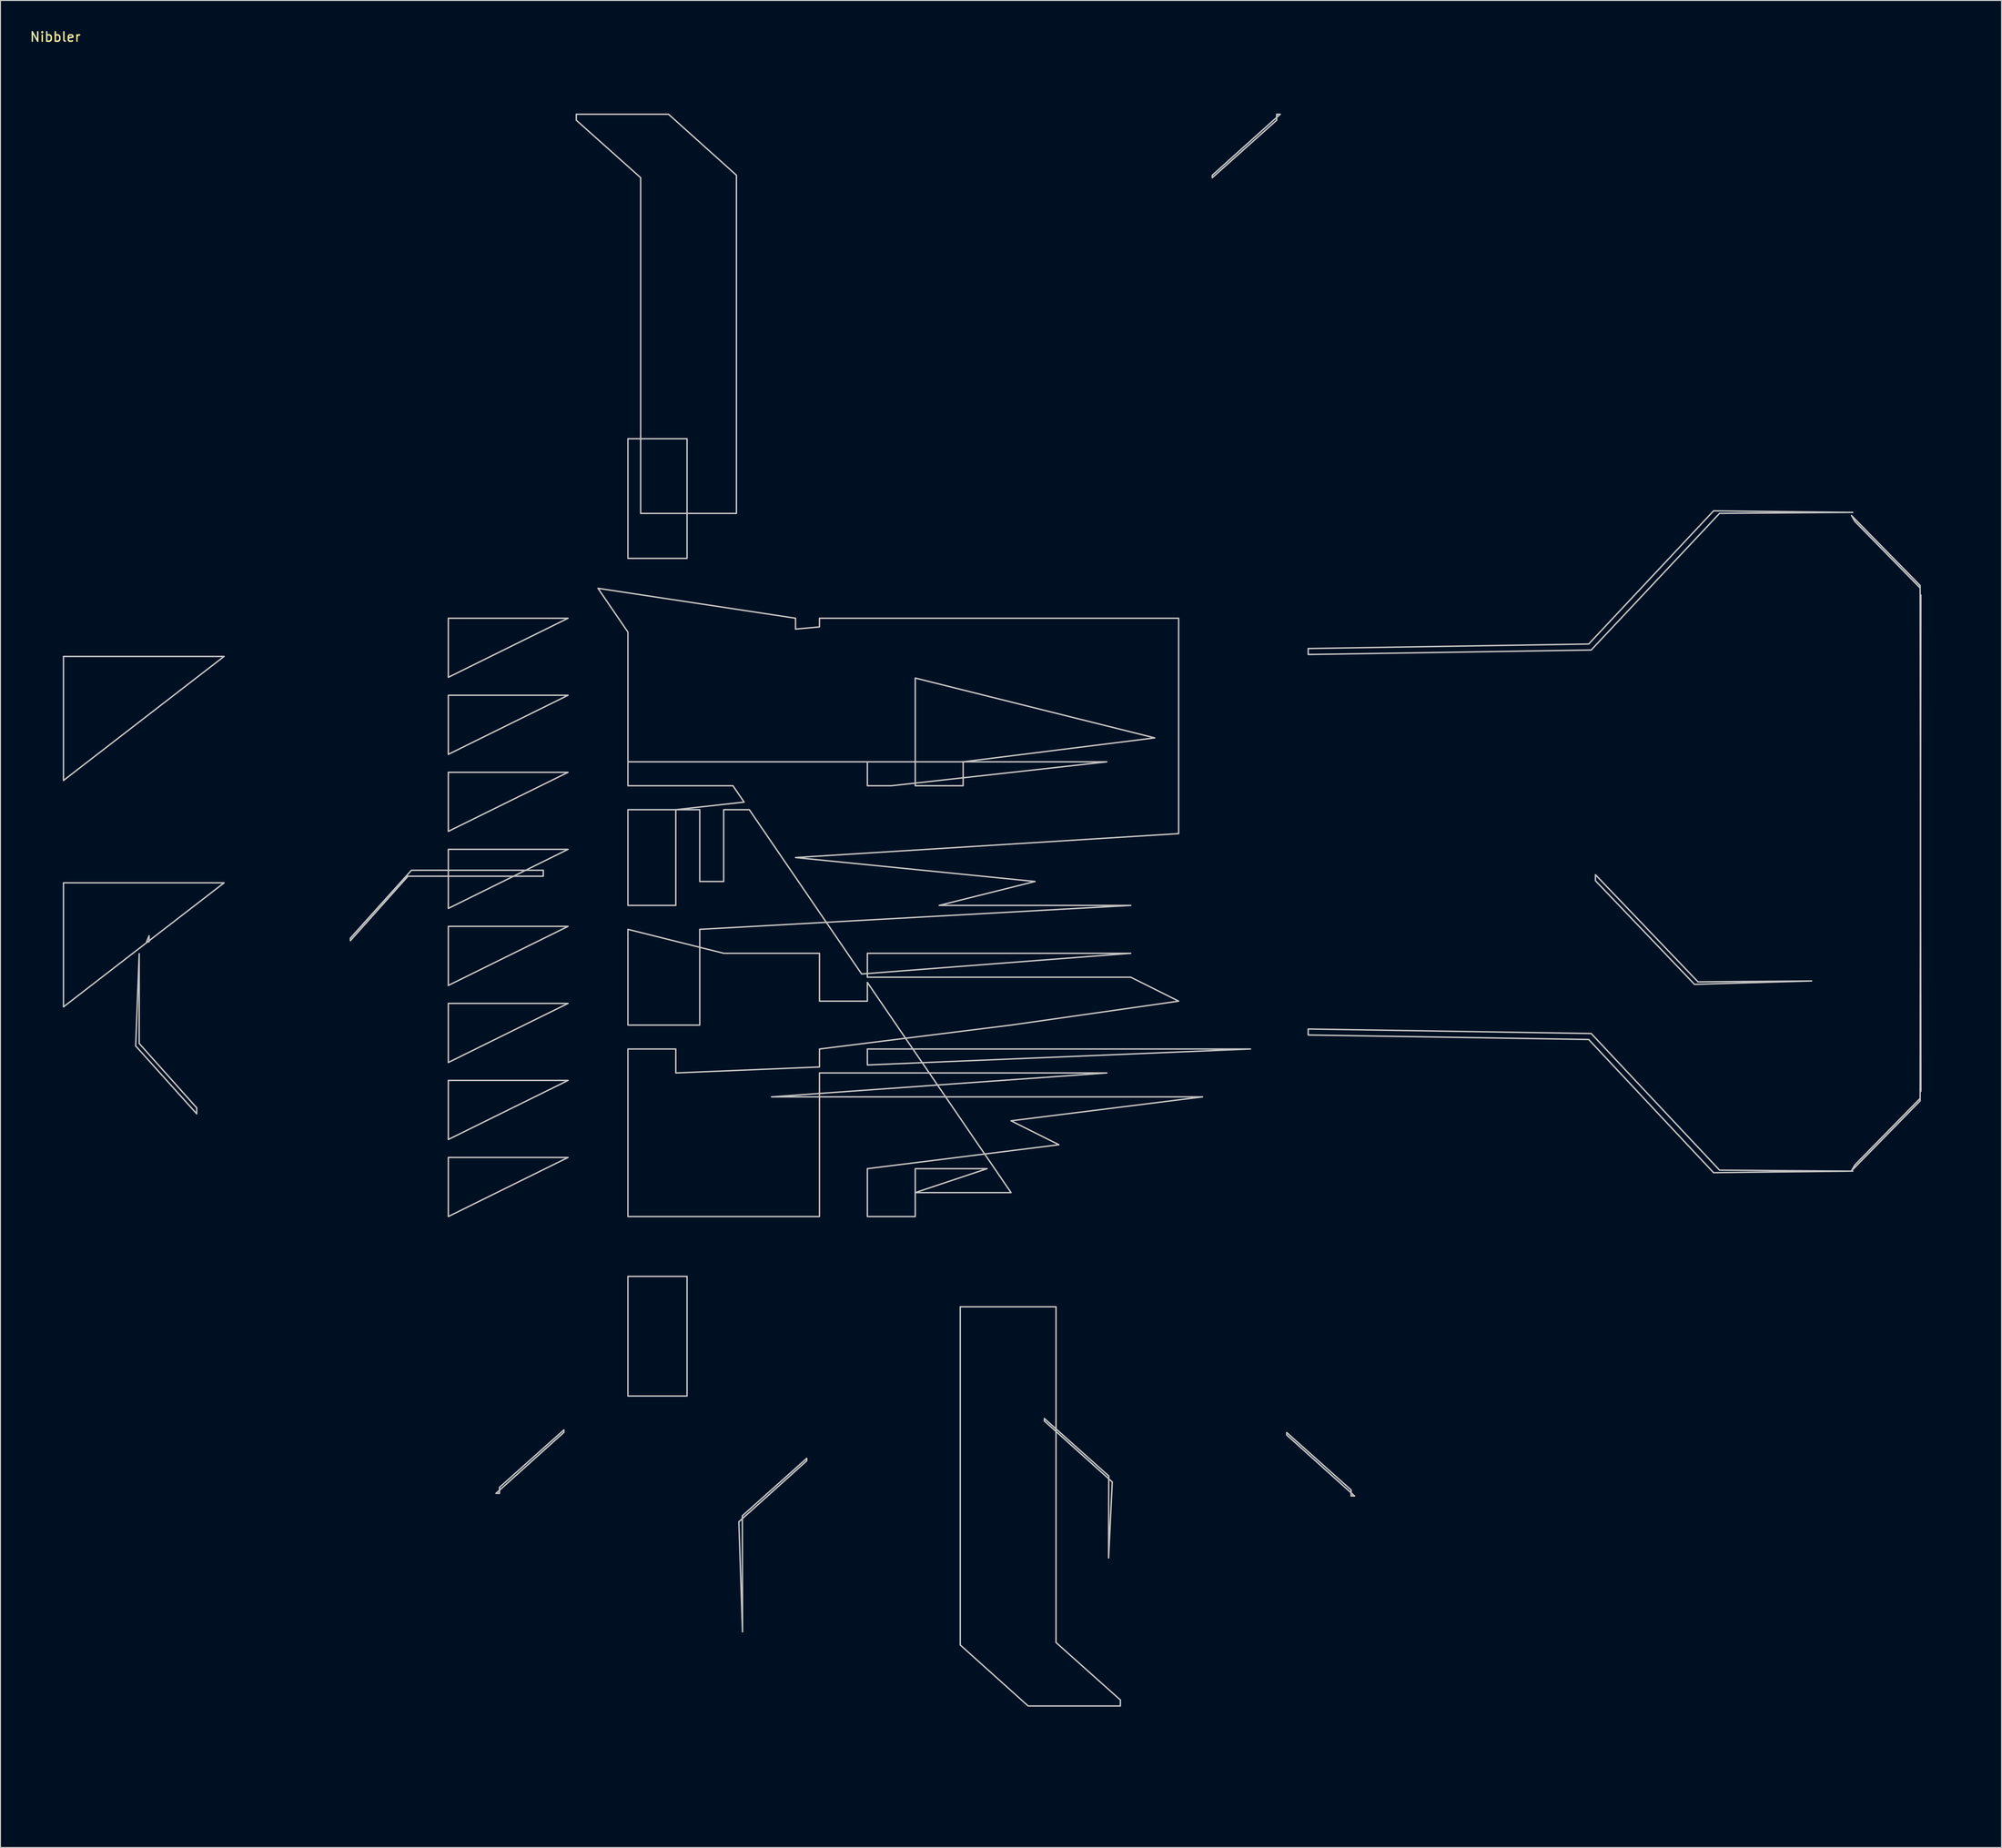
<source format=kicad_pcb>
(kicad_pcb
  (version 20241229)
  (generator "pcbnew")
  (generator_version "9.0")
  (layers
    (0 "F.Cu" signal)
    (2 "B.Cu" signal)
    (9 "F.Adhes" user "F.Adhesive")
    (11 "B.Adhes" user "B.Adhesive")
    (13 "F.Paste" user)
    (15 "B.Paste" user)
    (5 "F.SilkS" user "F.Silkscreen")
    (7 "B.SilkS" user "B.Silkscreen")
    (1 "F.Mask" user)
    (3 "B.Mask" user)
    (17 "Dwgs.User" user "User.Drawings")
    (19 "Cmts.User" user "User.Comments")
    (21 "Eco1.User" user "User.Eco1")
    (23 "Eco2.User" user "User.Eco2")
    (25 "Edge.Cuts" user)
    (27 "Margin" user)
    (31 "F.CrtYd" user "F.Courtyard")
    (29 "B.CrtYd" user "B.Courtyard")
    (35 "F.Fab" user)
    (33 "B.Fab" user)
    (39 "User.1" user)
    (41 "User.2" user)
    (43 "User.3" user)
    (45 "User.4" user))
  (footprint "Nibbler"
    (layer "F.Cu")
    (at 2.563 5.852)
    (property "Reference" "Nibbler" (at 0.229 -5.004 180) (layer "F.SilkS") (effects (font (size 1 1) (thickness 0.15))))
    (attr through_hole)
    (fp_poly (pts (xy 10.133 89.986) (xy 10.133 90.618) (xy 9.871 90.618)) (stroke (width 0.15) (type solid)) (fill no) (layer "Dwgs.User"))
    (fp_poly (pts (xy 18.054 60.465) (xy 1.091 60.465) (xy 1.091 73.574)) (stroke (width 0.15) (type solid)) (fill no) (layer "Dwgs.User"))
    (fp_poly (pts (xy 18.054 84.392) (xy 1.091 84.392) (xy 1.091 97.501)) (stroke (width 0.15) (type solid)) (fill no) (layer "Dwgs.User"))
    (fp_poly (pts (xy 54.385 56.429) (xy 41.74 56.429) (xy 41.74 62.672)) (stroke (width 0.15) (type solid)) (fill no) (layer "Dwgs.User"))
    (fp_poly (pts (xy 54.385 64.57) (xy 41.74 64.57) (xy 41.74 70.813)) (stroke (width 0.15) (type solid)) (fill no) (layer "Dwgs.User"))
    (fp_poly (pts (xy 54.385 72.71) (xy 41.74 72.71) (xy 41.74 78.953)) (stroke (width 0.15) (type solid)) (fill no) (layer "Dwgs.User"))
    (fp_poly (pts (xy 54.385 80.851) (xy 41.74 80.851) (xy 41.74 87.094)) (stroke (width 0.15) (type solid)) (fill no) (layer "Dwgs.User"))
    (fp_poly (pts (xy 54.385 88.991) (xy 41.74 88.991) (xy 41.74 95.234)) (stroke (width 0.15) (type solid)) (fill no) (layer "Dwgs.User"))
    (fp_poly (pts (xy 54.385 97.132) (xy 41.74 97.132) (xy 41.74 103.375)) (stroke (width 0.15) (type solid)) (fill no) (layer "Dwgs.User"))
    (fp_poly (pts (xy 54.385 105.272) (xy 41.74 105.272) (xy 41.74 111.515)) (stroke (width 0.15) (type solid)) (fill no) (layer "Dwgs.User"))
    (fp_poly (pts (xy 54.385 113.412) (xy 41.74 113.412) (xy 41.74 119.655)) (stroke (width 0.15) (type solid)) (fill no) (layer "Dwgs.User"))
    (fp_poly (pts (xy 75.094 50.106) (xy 75.094 37.461) (xy 75.094 50.106)) (stroke (width 0.15) (type solid)) (fill no) (layer "Dwgs.User"))
    (fp_poly (pts (xy 75.094 138.624) (xy 75.094 125.979) (xy 75.094 138.624)) (stroke (width 0.15) (type solid)) (fill no) (layer "Dwgs.User"))
    (fp_poly (pts (xy 83.234 50.106) (xy 83.234 37.461) (xy 83.234 50.106)) (stroke (width 0.15) (type solid)) (fill no) (layer "Dwgs.User"))
    (fp_poly (pts (xy 83.234 138.624) (xy 83.234 125.979) (xy 83.234 138.624)) (stroke (width 0.15) (type solid)) (fill no) (layer "Dwgs.User"))
    (fp_poly (pts (xy 88.27 129.513) (xy 88.27 179.743) (xy 88.27 129.252)) (stroke (width 0.15) (type solid)) (fill no) (layer "Dwgs.User"))
    (fp_poly (pts (xy 91.374 50.106) (xy 91.374 37.461) (xy 91.374 50.106)) (stroke (width 0.15) (type solid)) (fill no) (layer "Dwgs.User"))
    (fp_poly (pts (xy 91.374 138.624) (xy 91.374 125.979) (xy 91.374 138.624)) (stroke (width 0.15) (type solid)) (fill no) (layer "Dwgs.User"))
    (fp_poly (pts (xy 99.515 50.106) (xy 99.515 37.461) (xy 99.515 50.106)) (stroke (width 0.15) (type solid)) (fill no) (layer "Dwgs.User"))
    (fp_poly (pts (xy 99.515 138.624) (xy 99.515 125.979) (xy 99.515 138.624)) (stroke (width 0.15) (type solid)) (fill no) (layer "Dwgs.User"))
    (fp_poly (pts (xy 107.655 50.106) (xy 107.655 37.461) (xy 107.655 50.106)) (stroke (width 0.15) (type solid)) (fill no) (layer "Dwgs.User"))
    (fp_poly (pts (xy 107.655 138.624) (xy 107.655 125.979) (xy 107.655 138.624)) (stroke (width 0.15) (type solid)) (fill no) (layer "Dwgs.User"))
    (fp_poly (pts (xy 115.796 50.106) (xy 115.796 37.461) (xy 115.796 50.106)) (stroke (width 0.15) (type solid)) (fill no) (layer "Dwgs.User"))
    (fp_poly (pts (xy 115.796 138.624) (xy 115.796 125.979) (xy 115.796 138.624)) (stroke (width 0.15) (type solid)) (fill no) (layer "Dwgs.User"))
    (fp_poly (pts (xy 123.936 50.106) (xy 123.936 37.461) (xy 123.936 50.106)) (stroke (width 0.15) (type solid)) (fill no) (layer "Dwgs.User"))
    (fp_poly (pts (xy 123.936 138.624) (xy 123.936 125.979) (xy 123.936 138.624)) (stroke (width 0.15) (type solid)) (fill no) (layer "Dwgs.User"))
    (fp_poly (pts (xy 179.028 65.02) (xy 179.028 81.983) (xy 179.028 65.02)) (stroke (width 0.15) (type solid)) (fill no) (layer "Dwgs.User"))
    (fp_poly (pts (xy 179.028 86.517) (xy 179.028 103.48) (xy 179.028 86.517)) (stroke (width 0.15) (type solid)) (fill no) (layer "Dwgs.User"))
    (fp_poly (pts (xy 202.718 64.796) (xy 202.718 81.759) (xy 202.718 64.796)) (stroke (width 0.15) (type solid)) (fill no) (layer "Dwgs.User"))
    (fp_poly (pts (xy 202.718 86.293) (xy 202.718 103.256) (xy 202.718 86.293)) (stroke (width 0.15) (type solid)) (fill no) (layer "Dwgs.User"))
    (fp_poly (pts (xy 66.953 50.106) (xy 66.953 37.461) (xy 60.71 37.461) (xy 60.71 50.106)) (stroke (width 0.15) (type solid)) (fill no) (layer "Dwgs.User"))
    (fp_poly (pts (xy 66.953 138.624) (xy 66.953 125.979) (xy 60.71 125.979) (xy 60.71 138.624)) (stroke (width 0.15) (type solid)) (fill no) (layer "Dwgs.User"))
    (fp_poly (pts (xy 9.089 91.885) (xy 9.089 101.367) (xy 15.163 108.168) (xy 15.163 108.8) (xy 8.718 101.629)) (stroke (width 0.15) (type solid)) (fill no) (layer "Dwgs.User"))
    (fp_poly (pts (xy 185.731 94.762) (xy 173.362 95.119) (xy 162.902 84.169) (xy 162.902 83.537) (xy 173.734 94.858)) (stroke (width 0.15) (type solid)) (fill no) (layer "Dwgs.User"))
    (fp_poly (pts (xy 190.315 46.209) (xy 197.195 53.231) (xy 197.276 106.423) (xy 197.195 52.97) (xy 189.945 45.576)) (stroke (width 0.15) (type solid)) (fill no) (layer "Dwgs.User"))
    (fp_poly (pts (xy 190.315 114.193) (xy 197.195 107.171) (xy 197.276 53.979) (xy 197.195 107.432) (xy 189.945 114.826)) (stroke (width 0.15) (type solid)) (fill no) (layer "Dwgs.User"))
    (fp_poly (pts (xy 47.143 148.913) (xy 47.143 148.28) (xy 53.943 142.206) (xy 53.943 130.992) (xy 53.943 142.468) (xy 46.771 148.913)) (stroke (width 0.15) (type solid)) (fill no) (layer "Dwgs.User"))
    (fp_poly (pts (xy 129.233 3.17) (xy 129.233 3.802) (xy 122.433 9.876) (xy 122.433 45.354) (xy 122.433 9.615) (xy 129.605 3.17)) (stroke (width 0.15) (type solid)) (fill no) (layer "Dwgs.User"))
    (fp_poly (pts (xy 137.092 149.187) (xy 137.092 148.554) (xy 130.291 142.48) (xy 130.291 131.266) (xy 130.291 142.742) (xy 137.462 149.187)) (stroke (width 0.15) (type solid)) (fill no) (layer "Dwgs.User"))
    (fp_poly (pts (xy 31.397 90.477) (xy 31.397 90.496) (xy 37.472 83.695) (xy 51.768 83.695) (xy 51.768 83.063) (xy 37.842 83.063) (xy 31.397 90.234)) (stroke (width 0.15) (type solid)) (fill no) (layer "Dwgs.User"))
    (fp_poly (pts (xy 55.255 3.17) (xy 55.255 3.802) (xy 62.055 9.876) (xy 62.055 45.354) (xy 72.17 45.354) (xy 72.17 9.615) (xy 64.998 3.17)) (stroke (width 0.15) (type solid)) (fill no) (layer "Dwgs.User"))
    (fp_poly (pts (xy 72.813 163.54) (xy 72.813 162.907) (xy 72.794 151.283) (xy 79.595 145.209) (xy 79.595 133.994) (xy 79.595 145.471) (xy 72.424 151.915)) (stroke (width 0.15) (type solid)) (fill no) (layer "Dwgs.User"))
    (fp_poly (pts (xy 111.478 155.736) (xy 111.478 155.104) (xy 111.496 147.075) (xy 104.696 141.001) (xy 104.696 129.787) (xy 104.696 141.263) (xy 111.868 147.708)) (stroke (width 0.15) (type solid)) (fill no) (layer "Dwgs.User"))
    (fp_poly (pts (xy 112.726 171.378) (xy 112.726 170.746) (xy 105.926 164.671) (xy 105.926 129.193) (xy 95.81 129.193) (xy 95.81 164.933) (xy 102.982 171.378)) (stroke (width 0.15) (type solid)) (fill no) (layer "Dwgs.User"))
    (fp_poly (pts (xy 190.077 45.244) (xy 175.377 45.084) (xy 162.189 59.156) (xy 132.56 59.631) (xy 132.56 60.263) (xy 162.451 59.789) (xy 176.009 45.346)) (stroke (width 0.15) (type solid)) (fill no) (layer "Dwgs.User"))
    (fp_poly (pts (xy 190.077 114.859) (xy 175.377 115.019) (xy 162.189 100.947) (xy 132.56 100.472) (xy 132.56 99.84) (xy 162.451 100.314) (xy 176.009 114.757)) (stroke (width 0.15) (type solid)) (fill no) (layer "Dwgs.User"))
    (fp_poly (pts (xy 57.548 53.268) (xy 57.548 122.817) (xy 57.548 53.268) (xy 78.413 56.429) (xy 78.413 74.133) (xy 60.709 74.133) (xy 60.709 56.429) (xy 65.767 56.429) (xy 65.767 58.958) (xy 86 58.958) (xy 86 64.016) (xy 86 66.545) (xy 86 64.016) (xy 86 69.075) (xy 86 71.604) (xy 83.471 71.604) (xy 83.471 69.075) (xy 80.942 69.075) (xy 80.942 56.429) (xy 88.529 56.429) (xy 88.529 61.487) (xy 88.529 64.016) (xy 88.529 58.958) (xy 86 58.958) (xy 86 56.429) (xy 118.878 56.429) (xy 118.878 69.075) (xy 118.878 66.545) (xy 118.878 69.075) (xy 118.878 71.604) (xy 118.878 69.075) (xy 118.878 71.604) (xy 118.878 74.133) (xy 118.878 79.191) (xy 118.878 76.662) (xy 118.878 79.191) (xy 118.878 81.72) (xy 118.878 84.249) (xy 118.878 81.72) (xy 118.878 79.191) (xy 118.878 76.662) (xy 91.058 76.662) (xy 91.058 74.133) (xy 91.058 71.604) (xy 91.058 66.545) (xy 91.058 69.075) (xy 91.058 71.604) (xy 91.058 74.133) (xy 91.058 69.075) (xy 91.058 66.545) (xy 91.058 61.487) (xy 91.058 58.958) (xy 91.058 61.487) (xy 91.058 64.016) (xy 91.058 66.545) (xy 91.058 61.487) (xy 91.058 64.016) (xy 91.058 58.958) (xy 91.058 61.487) (xy 91.058 58.958) (xy 91.058 56.429) (xy 63.238 58.958) (xy 63.238 71.604) (xy 75.883 71.604) (xy 75.883 58.958) (xy 85.999 61.487) (xy 85.999 69.075) (xy 85.999 61.487) (xy 116.349 69.075) (xy 116.349 76.662) (xy 116.349 69.075) (xy 96.116 71.604) (xy 96.116 74.133) (xy 86 74.133) (xy 86 71.604) (xy 86 76.662) (xy 86 71.604) (xy 111.291 71.604) (xy 111.291 74.133) (xy 111.291 71.604) (xy 65.767 76.662) (xy 65.767 84.249) (xy 65.767 86.778) (xy 60.709 86.778) (xy 60.709 76.662) (xy 70.825 76.662) (xy 70.825 79.191) (xy 70.825 81.72) (xy 70.825 86.778) (xy 70.825 79.191) (xy 70.825 84.249) (xy 86 84.249) (xy 86 86.778) (xy 86 89.307) (xy 86 91.837) (xy 86 89.307) (xy 86 91.837) (xy 86 89.307) (xy 86 86.778) (xy 86 84.249) (xy 68.296 84.249) (xy 68.296 81.72) (xy 68.296 79.191) (xy 68.296 76.662) (xy 75.884 76.662) (xy 75.884 79.191) (xy 75.884 76.662) (xy 86 76.662) (xy 86 81.72) (xy 86 84.249) (xy 86 76.662) (xy 111.291 79.191) (xy 111.291 86.778) (xy 111.291 79.191) (xy 118.878 79.191) (xy 118.878 84.249) (xy 118.878 86.778) (xy 118.878 94.366) (xy 118.878 99.424) (xy 118.878 91.837) (xy 118.878 89.307) (xy 118.878 86.778) (xy 118.878 81.72) (xy 118.878 79.191) (xy 78.413 81.72) (xy 78.413 84.249) (xy 78.413 81.72) (xy 103.704 84.249) (xy 103.704 86.778) (xy 103.704 84.249) (xy 93.587 86.778) (xy 93.587 89.307) (xy 93.587 91.837) (xy 93.587 89.307) (xy 93.587 86.778) (xy 93.587 89.307) (xy 93.587 91.837) (xy 93.587 94.366) (xy 93.587 96.895) (xy 93.587 99.424) (xy 93.587 96.895) (xy 93.587 94.366) (xy 93.587 96.895) (xy 93.587 94.366) (xy 93.587 91.837) (xy 93.587 86.778) (xy 113.82 86.778) (xy 113.82 89.307) (xy 113.82 86.778) (xy 68.296 89.307) (xy 68.296 91.837) (xy 68.296 94.366) (xy 68.296 99.424) (xy 60.709 99.424) (xy 60.709 94.366) (xy 60.709 91.837) (xy 60.709 89.307) (xy 70.826 91.837) (xy 70.826 94.366) (xy 70.826 91.837) (xy 80.942 91.837) (xy 80.942 96.895) (xy 86 96.895) (xy 86 91.837) (xy 113.82 91.837) (xy 113.82 94.366) (xy 113.82 91.837) (xy 80.942 94.366) (xy 80.942 96.895) (xy 86 96.895) (xy 86 99.424) (xy 86 96.895) (xy 86 101.953) (xy 86 104.482) (xy 86 101.953) (xy 86 99.424) (xy 86 96.895) (xy 86 94.366) (xy 113.82 94.366) (xy 113.82 99.424) (xy 113.82 94.366) (xy 118.878 96.895) (xy 118.878 99.424) (xy 118.878 96.895) (xy 101.174 99.424) (xy 101.174 104.482) (xy 101.174 101.953) (xy 101.174 107.011) (xy 101.174 99.424) (xy 80.942 101.953) (xy 80.942 119.657) (xy 60.709 119.657) (xy 60.709 101.953) (xy 65.767 101.953) (xy 65.767 104.482) (xy 86 104.482) (xy 86 109.54) (xy 86 112.069) (xy 86 109.54) (xy 86 107.011) (xy 86 101.953) (xy 96.116 101.953) (xy 96.116 107.011) (xy 96.116 104.482) (xy 96.116 101.953) (xy 126.465 101.953) (xy 126.465 119.657) (xy 126.465 101.953) (xy 65.767 104.482) (xy 65.767 117.128) (xy 65.767 104.482) (xy 111.291 104.482) (xy 111.291 117.128) (xy 111.291 104.482) (xy 75.883 107.011) (xy 75.883 114.598) (xy 75.883 107.011) (xy 121.407 107.011) (xy 121.407 114.598) (xy 121.407 107.011) (xy 101.174 109.54) (xy 101.174 112.069) (xy 101.174 114.598) (xy 101.174 109.54) (xy 106.233 112.069) (xy 106.233 114.598) (xy 106.233 112.069) (xy 86 114.598) (xy 86 117.128) (xy 86 114.598) (xy 91.058 114.598) (xy 91.058 119.657) (xy 86 119.657) (xy 86 114.598) (xy 98.646 114.598) (xy 98.646 117.128) (xy 98.646 114.598) (xy 91.058 117.128) (xy 91.058 119.657) (xy 91.058 117.128) (xy 101.175 117.128) (xy 101.175 119.657) (xy 101.175 117.128)) (stroke (width 0.15) (type solid)) (fill no) (layer "Dwgs.User")))
  (gr_rect
    (start -3 -3)
    (end 208.356 192.185)
    (stroke (width 0.1) (type default))
    (fill no)
    (layer "Edge.Cuts")))
</source>
